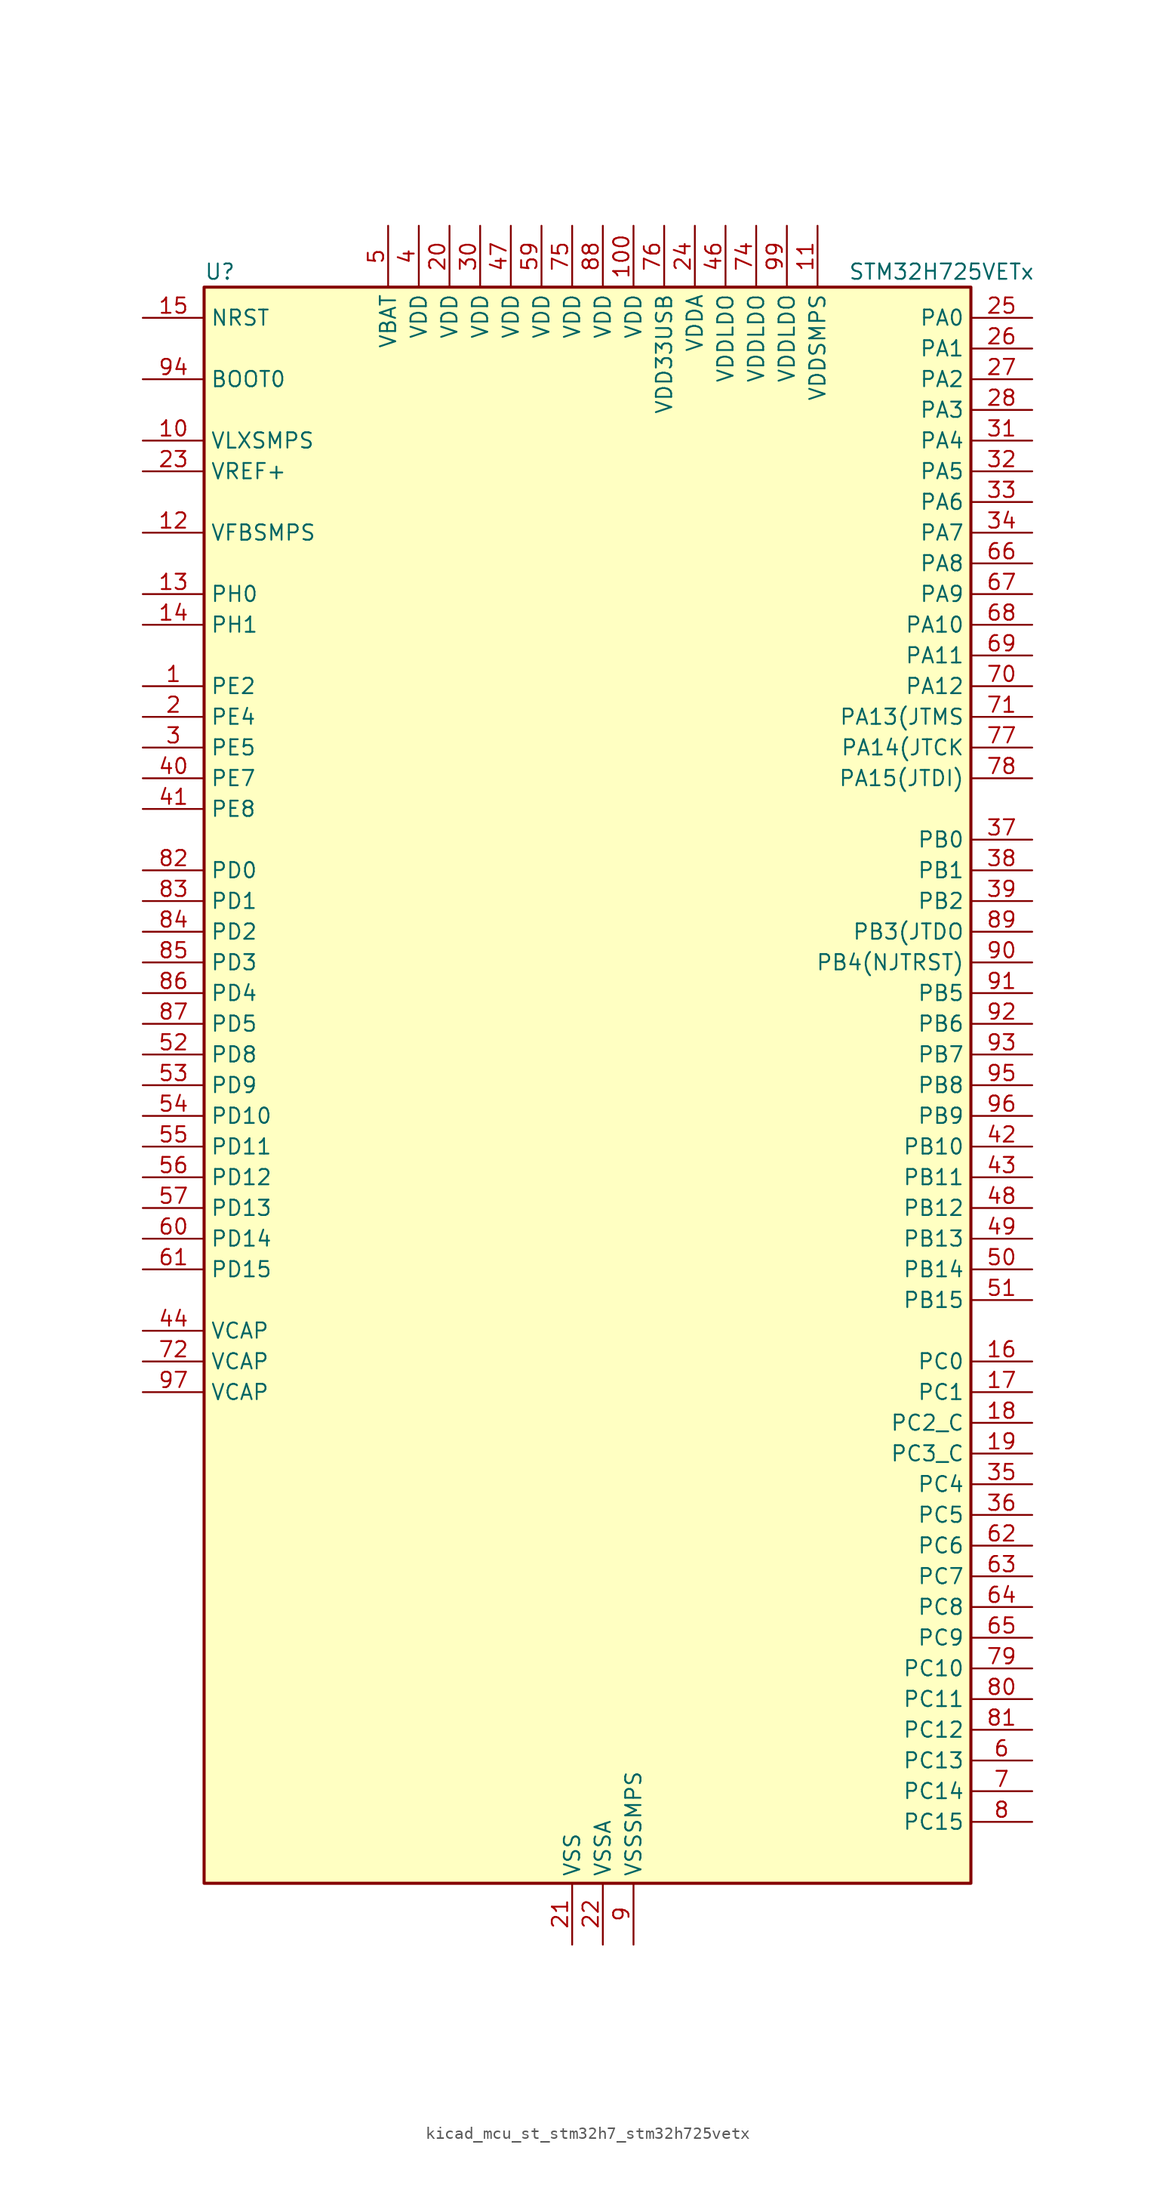
<source format=kicad_sym>
(kicad_symbol_lib
  (version 20220914)
  (generator kicad_symbol_editor)
  (symbol "kicad_mcu_st_stm32h7_stm32h725vetx"
    (property "Reference" "U"
      (at -30.48 67.31 0)
      (effects (font (size 1.27 1.27)) (justify left)))
    (property "Value" "STM32H725VETx"
      (at 22.86 67.31 0)
      (effects (font (size 1.27 1.27)) (justify left)))
    (property "ki_locked" ""
      (at 0 0 0)
      (effects (font (size 1.27 1.27))))
    (symbol "kicad_mcu_st_stm32h7_stm32h725vetx_0_1"
      (rectangle (start -30.48 -66.04) (end 33.02 66.04) (stroke (width 0.254) (type default)) (fill (type background))))
    (symbol "kicad_mcu_st_stm32h7_stm32h725vetx_1_1"
      (pin bidirectional line (at -35.56 33.02 0) (length 5.08) (name "PE2" (effects (font (size 1.27 1.27)))) (number "1" (effects (font (size 1.27 1.27)))) (alternate "DEBUG_TRACECLK" bidirectional line) (alternate "ETH_TXD3" bidirectional line) (alternate "FMC_A23" bidirectional line) (alternate "OCTOSPIM_P1_IO2" bidirectional line) (alternate "SAI1_CK1" bidirectional line) (alternate "SAI1_MCLK_A" bidirectional line) (alternate "SAI4_CK1" bidirectional line) (alternate "SAI4_MCLK_A" bidirectional line) (alternate "SPI4_SCK" bidirectional line))
      (pin power_in line (at -35.56 53.34 0) (length 5.08) (name "VLXSMPS" (effects (font (size 1.27 1.27)))) (number "10" (effects (font (size 1.27 1.27)))))
      (pin power_in line (at 5.08 71.12 270) (length 5.08) (name "VDD" (effects (font (size 1.27 1.27)))) (number "100" (effects (font (size 1.27 1.27)))))
      (pin power_in line (at 20.32 71.12 270) (length 5.08) (name "VDDSMPS" (effects (font (size 1.27 1.27)))) (number "11" (effects (font (size 1.27 1.27)))))
      (pin input line (at -35.56 45.72 0) (length 5.08) (name "VFBSMPS" (effects (font (size 1.27 1.27)))) (number "12" (effects (font (size 1.27 1.27)))))
      (pin bidirectional line (at -35.56 40.64 0) (length 5.08) (name "PH0" (effects (font (size 1.27 1.27)))) (number "13" (effects (font (size 1.27 1.27)))) (alternate "RCC_OSC_IN" bidirectional line))
      (pin bidirectional line (at -35.56 38.1 0) (length 5.08) (name "PH1" (effects (font (size 1.27 1.27)))) (number "14" (effects (font (size 1.27 1.27)))) (alternate "RCC_OSC_OUT" bidirectional line))
      (pin input line (at -35.56 63.5 0) (length 5.08) (name "NRST" (effects (font (size 1.27 1.27)))) (number "15" (effects (font (size 1.27 1.27)))))
      (pin bidirectional line (at 38.1 -22.86 180) (length 5.08) (name "PC0" (effects (font (size 1.27 1.27)))) (number "16" (effects (font (size 1.27 1.27)))) (alternate "ADC1_INP10" bidirectional line) (alternate "ADC2_INP10" bidirectional line) (alternate "ADC3_INP10" bidirectional line) (alternate "DFSDM1_CKIN0" bidirectional line) (alternate "DFSDM1_DATIN4" bidirectional line) (alternate "FMC_A25" bidirectional line) (alternate "FMC_D12" bidirectional line) (alternate "FMC_DA12" bidirectional line) (alternate "FMC_SDNWE" bidirectional line) (alternate "LTDC_G2" bidirectional line) (alternate "LTDC_R5" bidirectional line) (alternate "SAI4_FS_B" bidirectional line) (alternate "USB_OTG_HS_ULPI_STP" bidirectional line))
      (pin bidirectional line (at 38.1 -25.4 180) (length 5.08) (name "PC1" (effects (font (size 1.27 1.27)))) (number "17" (effects (font (size 1.27 1.27)))) (alternate "ADC1_INN10" bidirectional line) (alternate "ADC1_INP11" bidirectional line) (alternate "ADC2_INN10" bidirectional line) (alternate "ADC2_INP11" bidirectional line) (alternate "ADC3_INN10" bidirectional line) (alternate "ADC3_INP11" bidirectional line) (alternate "DEBUG_TRACED0" bidirectional line) (alternate "DFSDM1_CKIN4" bidirectional line) (alternate "DFSDM1_DATIN0" bidirectional line) (alternate "ETH_MDC" bidirectional line) (alternate "I2S2_SDO" bidirectional line) (alternate "LTDC_G5" bidirectional line) (alternate "MDIOS_MDC" bidirectional line) (alternate "OCTOSPIM_P1_IO4" bidirectional line) (alternate "PWR_WKUP6" bidirectional line) (alternate "RTC_TAMP3" bidirectional line) (alternate "SAI1_D1" bidirectional line) (alternate "SAI1_SD_A" bidirectional line) (alternate "SAI4_D1" bidirectional line) (alternate "SAI4_SD_A" bidirectional line) (alternate "SDMMC2_CK" bidirectional line) (alternate "SPI2_MOSI" bidirectional line))
      (pin bidirectional line (at 38.1 -27.94 180) (length 5.08) (name "PC2_C" (effects (font (size 1.27 1.27)))) (number "18" (effects (font (size 1.27 1.27)))) (alternate "ADC3_INN1" bidirectional line) (alternate "ADC3_INP0" bidirectional line) (alternate "DFSDM1_CKIN1" bidirectional line) (alternate "DFSDM1_CKOUT" bidirectional line) (alternate "ETH_TXD2" bidirectional line) (alternate "FMC_SDNE0" bidirectional line) (alternate "I2S2_SDI" bidirectional line) (alternate "OCTOSPIM_P1_IO2" bidirectional line) (alternate "OCTOSPIM_P1_IO5" bidirectional line) (alternate "PWR_CSTOP" bidirectional line) (alternate "SPI2_MISO" bidirectional line) (alternate "USB_OTG_HS_ULPI_DIR" bidirectional line))
      (pin bidirectional line (at 38.1 -30.48 180) (length 5.08) (name "PC3_C" (effects (font (size 1.27 1.27)))) (number "19" (effects (font (size 1.27 1.27)))) (alternate "ADC3_INP1" bidirectional line) (alternate "DFSDM1_DATIN1" bidirectional line) (alternate "ETH_TX_CLK" bidirectional line) (alternate "FMC_SDCKE0" bidirectional line) (alternate "I2S2_SDO" bidirectional line) (alternate "OCTOSPIM_P1_IO0" bidirectional line) (alternate "OCTOSPIM_P1_IO6" bidirectional line) (alternate "PWR_CSLEEP" bidirectional line) (alternate "SPI2_MOSI" bidirectional line) (alternate "USB_OTG_HS_ULPI_NXT" bidirectional line))
      (pin bidirectional line (at -35.56 30.48 0) (length 5.08) (name "PE4" (effects (font (size 1.27 1.27)))) (number "2" (effects (font (size 1.27 1.27)))) (alternate "DCMI_D4" bidirectional line) (alternate "DEBUG_TRACED1" bidirectional line) (alternate "DFSDM1_DATIN3" bidirectional line) (alternate "FMC_A20" bidirectional line) (alternate "LTDC_B0" bidirectional line) (alternate "PSSI_D4" bidirectional line) (alternate "SAI1_D2" bidirectional line) (alternate "SAI1_FS_A" bidirectional line) (alternate "SAI4_D2" bidirectional line) (alternate "SAI4_FS_A" bidirectional line) (alternate "SPI4_NSS" bidirectional line) (alternate "TIM15_CH1N" bidirectional line))
      (pin power_in line (at -10.16 71.12 270) (length 5.08) (name "VDD" (effects (font (size 1.27 1.27)))) (number "20" (effects (font (size 1.27 1.27)))))
      (pin power_in line (at 0 -71.12 90) (length 5.08) (name "VSS" (effects (font (size 1.27 1.27)))) (number "21" (effects (font (size 1.27 1.27)))))
      (pin power_in line (at 2.54 -71.12 90) (length 5.08) (name "VSSA" (effects (font (size 1.27 1.27)))) (number "22" (effects (font (size 1.27 1.27)))))
      (pin input line (at -35.56 50.8 0) (length 5.08) (name "VREF+" (effects (font (size 1.27 1.27)))) (number "23" (effects (font (size 1.27 1.27)))) (alternate "VREFBUF_OUT" bidirectional line))
      (pin power_in line (at 10.16 71.12 270) (length 5.08) (name "VDDA" (effects (font (size 1.27 1.27)))) (number "24" (effects (font (size 1.27 1.27)))))
      (pin bidirectional line (at 38.1 63.5 180) (length 5.08) (name "PA0" (effects (font (size 1.27 1.27)))) (number "25" (effects (font (size 1.27 1.27)))) (alternate "ADC1_INP16" bidirectional line) (alternate "ETH_CRS" bidirectional line) (alternate "FMC_A19" bidirectional line) (alternate "I2S6_WS" bidirectional line) (alternate "PWR_WKUP1" bidirectional line) (alternate "SAI4_SD_B" bidirectional line) (alternate "SDMMC2_CMD" bidirectional line) (alternate "SPI6_NSS" bidirectional line) (alternate "TIM15_BKIN" bidirectional line) (alternate "TIM2_CH1" bidirectional line) (alternate "TIM2_ETR" bidirectional line) (alternate "TIM5_CH1" bidirectional line) (alternate "TIM8_ETR" bidirectional line) (alternate "UART4_TX" bidirectional line) (alternate "USART2_CTS" bidirectional line) (alternate "USART2_NSS" bidirectional line))
      (pin bidirectional line (at 38.1 60.96 180) (length 5.08) (name "PA1" (effects (font (size 1.27 1.27)))) (number "26" (effects (font (size 1.27 1.27)))) (alternate "ADC1_INN16" bidirectional line) (alternate "ADC1_INP17" bidirectional line) (alternate "ETH_REF_CLK" bidirectional line) (alternate "ETH_RX_CLK" bidirectional line) (alternate "LPTIM3_OUT" bidirectional line) (alternate "LTDC_R2" bidirectional line) (alternate "OCTOSPIM_P1_DQS" bidirectional line) (alternate "OCTOSPIM_P1_IO3" bidirectional line) (alternate "SAI4_MCLK_B" bidirectional line) (alternate "TIM15_CH1N" bidirectional line) (alternate "TIM2_CH2" bidirectional line) (alternate "TIM5_CH2" bidirectional line) (alternate "UART4_RX" bidirectional line) (alternate "USART2_DE" bidirectional line) (alternate "USART2_RTS" bidirectional line))
      (pin bidirectional line (at 38.1 58.42 180) (length 5.08) (name "PA2" (effects (font (size 1.27 1.27)))) (number "27" (effects (font (size 1.27 1.27)))) (alternate "ADC1_INP14" bidirectional line) (alternate "ADC2_INP14" bidirectional line) (alternate "ETH_MDIO" bidirectional line) (alternate "LPTIM4_OUT" bidirectional line) (alternate "LTDC_R1" bidirectional line) (alternate "MDIOS_MDIO" bidirectional line) (alternate "OCTOSPIM_P1_IO0" bidirectional line) (alternate "PWR_WKUP2" bidirectional line) (alternate "SAI4_SCK_B" bidirectional line) (alternate "TIM15_CH1" bidirectional line) (alternate "TIM2_CH3" bidirectional line) (alternate "TIM5_CH3" bidirectional line) (alternate "USART2_TX" bidirectional line))
      (pin bidirectional line (at 38.1 55.88 180) (length 5.08) (name "PA3" (effects (font (size 1.27 1.27)))) (number "28" (effects (font (size 1.27 1.27)))) (alternate "ADC1_INP15" bidirectional line) (alternate "ADC2_INP15" bidirectional line) (alternate "ETH_COL" bidirectional line) (alternate "I2S6_MCK" bidirectional line) (alternate "LPTIM5_OUT" bidirectional line) (alternate "LTDC_B2" bidirectional line) (alternate "LTDC_B5" bidirectional line) (alternate "OCTOSPIM_P1_CLK" bidirectional line) (alternate "OCTOSPIM_P1_IO2" bidirectional line) (alternate "TIM15_CH2" bidirectional line) (alternate "TIM2_CH4" bidirectional line) (alternate "TIM5_CH4" bidirectional line) (alternate "USART2_RX" bidirectional line) (alternate "USB_OTG_HS_ULPI_D0" bidirectional line))
      (pin passive line (at 0 -71.12 90) (length 5.08) hide (name "VSS" (effects (font (size 1.27 1.27)))) (number "29" (effects (font (size 1.27 1.27)))))
      (pin bidirectional line (at -35.56 27.94 0) (length 5.08) (name "PE5" (effects (font (size 1.27 1.27)))) (number "3" (effects (font (size 1.27 1.27)))) (alternate "DCMI_D6" bidirectional line) (alternate "DEBUG_TRACED2" bidirectional line) (alternate "DFSDM1_CKIN3" bidirectional line) (alternate "FMC_A21" bidirectional line) (alternate "LTDC_G0" bidirectional line) (alternate "PSSI_D6" bidirectional line) (alternate "SAI1_CK2" bidirectional line) (alternate "SAI1_SCK_A" bidirectional line) (alternate "SAI4_CK2" bidirectional line) (alternate "SAI4_SCK_A" bidirectional line) (alternate "SPI4_MISO" bidirectional line) (alternate "TIM15_CH1" bidirectional line))
      (pin power_in line (at -7.62 71.12 270) (length 5.08) (name "VDD" (effects (font (size 1.27 1.27)))) (number "30" (effects (font (size 1.27 1.27)))))
      (pin bidirectional line (at 38.1 53.34 180) (length 5.08) (name "PA4" (effects (font (size 1.27 1.27)))) (number "31" (effects (font (size 1.27 1.27)))) (alternate "ADC1_INP18" bidirectional line) (alternate "ADC2_INP18" bidirectional line) (alternate "DAC1_OUT1" bidirectional line) (alternate "DCMI_HSYNC" bidirectional line) (alternate "FMC_D8" bidirectional line) (alternate "FMC_DA8" bidirectional line) (alternate "I2S1_WS" bidirectional line) (alternate "I2S3_WS" bidirectional line) (alternate "I2S6_WS" bidirectional line) (alternate "LTDC_VSYNC" bidirectional line) (alternate "PSSI_DE" bidirectional line) (alternate "SPI1_NSS" bidirectional line) (alternate "SPI3_NSS" bidirectional line) (alternate "SPI6_NSS" bidirectional line) (alternate "TIM5_ETR" bidirectional line) (alternate "USART2_CK" bidirectional line))
      (pin bidirectional line (at 38.1 50.8 180) (length 5.08) (name "PA5" (effects (font (size 1.27 1.27)))) (number "32" (effects (font (size 1.27 1.27)))) (alternate "ADC1_INN18" bidirectional line) (alternate "ADC1_INP19" bidirectional line) (alternate "ADC2_INN18" bidirectional line) (alternate "ADC2_INP19" bidirectional line) (alternate "DAC1_OUT2" bidirectional line) (alternate "FMC_D9" bidirectional line) (alternate "FMC_DA9" bidirectional line) (alternate "I2S1_CK" bidirectional line) (alternate "I2S6_CK" bidirectional line) (alternate "LTDC_R4" bidirectional line) (alternate "PSSI_D14" bidirectional line) (alternate "PWR_NDSTOP2" bidirectional line) (alternate "SPI1_SCK" bidirectional line) (alternate "SPI6_SCK" bidirectional line) (alternate "TIM2_CH1" bidirectional line) (alternate "TIM2_ETR" bidirectional line) (alternate "TIM8_CH1N" bidirectional line) (alternate "USB_OTG_HS_ULPI_CK" bidirectional line))
      (pin bidirectional line (at 38.1 48.26 180) (length 5.08) (name "PA6" (effects (font (size 1.27 1.27)))) (number "33" (effects (font (size 1.27 1.27)))) (alternate "ADC1_INP3" bidirectional line) (alternate "ADC2_INP3" bidirectional line) (alternate "DCMI_PIXCLK" bidirectional line) (alternate "I2S1_SDI" bidirectional line) (alternate "I2S6_SDI" bidirectional line) (alternate "LTDC_G2" bidirectional line) (alternate "MDIOS_MDC" bidirectional line) (alternate "OCTOSPIM_P1_IO3" bidirectional line) (alternate "PSSI_PDCK" bidirectional line) (alternate "SPI1_MISO" bidirectional line) (alternate "SPI6_MISO" bidirectional line) (alternate "TIM13_CH1" bidirectional line) (alternate "TIM1_BKIN" bidirectional line) (alternate "TIM1_BKIN_COMP1" bidirectional line) (alternate "TIM1_BKIN_COMP2" bidirectional line) (alternate "TIM3_CH1" bidirectional line) (alternate "TIM8_BKIN" bidirectional line) (alternate "TIM8_BKIN_COMP1" bidirectional line) (alternate "TIM8_BKIN_COMP2" bidirectional line))
      (pin bidirectional line (at 38.1 45.72 180) (length 5.08) (name "PA7" (effects (font (size 1.27 1.27)))) (number "34" (effects (font (size 1.27 1.27)))) (alternate "ADC1_INN3" bidirectional line) (alternate "ADC1_INP7" bidirectional line) (alternate "ADC2_INN3" bidirectional line) (alternate "ADC2_INP7" bidirectional line) (alternate "ETH_CRS_DV" bidirectional line) (alternate "ETH_RX_DV" bidirectional line) (alternate "FMC_SDNWE" bidirectional line) (alternate "I2S1_SDO" bidirectional line) (alternate "I2S6_SDO" bidirectional line) (alternate "LTDC_VSYNC" bidirectional line) (alternate "OCTOSPIM_P1_IO2" bidirectional line) (alternate "OPAMP1_VINM" bidirectional line) (alternate "SPI1_MOSI" bidirectional line) (alternate "SPI6_MOSI" bidirectional line) (alternate "TIM14_CH1" bidirectional line) (alternate "TIM1_CH1N" bidirectional line) (alternate "TIM3_CH2" bidirectional line) (alternate "TIM8_CH1N" bidirectional line))
      (pin bidirectional line (at 38.1 -33.02 180) (length 5.08) (name "PC4" (effects (font (size 1.27 1.27)))) (number "35" (effects (font (size 1.27 1.27)))) (alternate "ADC1_INP4" bidirectional line) (alternate "ADC2_INP4" bidirectional line) (alternate "COMP1_INM" bidirectional line) (alternate "DFSDM1_CKIN2" bidirectional line) (alternate "ETH_RXD0" bidirectional line) (alternate "FMC_A22" bidirectional line) (alternate "FMC_SDNE0" bidirectional line) (alternate "I2S1_MCK" bidirectional line) (alternate "LTDC_R7" bidirectional line) (alternate "OPAMP1_VOUT" bidirectional line) (alternate "SDMMC2_CKIN" bidirectional line) (alternate "SPDIFRX1_IN2" bidirectional line))
      (pin bidirectional line (at 38.1 -35.56 180) (length 5.08) (name "PC5" (effects (font (size 1.27 1.27)))) (number "36" (effects (font (size 1.27 1.27)))) (alternate "ADC1_INN4" bidirectional line) (alternate "ADC1_INP8" bidirectional line) (alternate "ADC2_INN4" bidirectional line) (alternate "ADC2_INP8" bidirectional line) (alternate "COMP1_OUT" bidirectional line) (alternate "DFSDM1_DATIN2" bidirectional line) (alternate "ETH_RXD1" bidirectional line) (alternate "FMC_SDCKE0" bidirectional line) (alternate "LTDC_DE" bidirectional line) (alternate "OCTOSPIM_P1_DQS" bidirectional line) (alternate "OPAMP1_VINM" bidirectional line) (alternate "PSSI_D15" bidirectional line) (alternate "SAI1_D3" bidirectional line) (alternate "SAI4_D3" bidirectional line) (alternate "SPDIFRX1_IN3" bidirectional line))
      (pin bidirectional line (at 38.1 20.32 180) (length 5.08) (name "PB0" (effects (font (size 1.27 1.27)))) (number "37" (effects (font (size 1.27 1.27)))) (alternate "ADC1_INN5" bidirectional line) (alternate "ADC1_INP9" bidirectional line) (alternate "ADC2_INN5" bidirectional line) (alternate "ADC2_INP9" bidirectional line) (alternate "COMP1_INP" bidirectional line) (alternate "DFSDM1_CKOUT" bidirectional line) (alternate "ETH_RXD2" bidirectional line) (alternate "LTDC_G1" bidirectional line) (alternate "LTDC_R3" bidirectional line) (alternate "OCTOSPIM_P1_IO1" bidirectional line) (alternate "OPAMP1_VINP" bidirectional line) (alternate "TIM1_CH2N" bidirectional line) (alternate "TIM3_CH3" bidirectional line) (alternate "TIM8_CH2N" bidirectional line) (alternate "UART4_CTS" bidirectional line) (alternate "USB_OTG_HS_ULPI_D1" bidirectional line))
      (pin bidirectional line (at 38.1 17.78 180) (length 5.08) (name "PB1" (effects (font (size 1.27 1.27)))) (number "38" (effects (font (size 1.27 1.27)))) (alternate "ADC1_INP5" bidirectional line) (alternate "ADC2_INP5" bidirectional line) (alternate "COMP1_INM" bidirectional line) (alternate "DFSDM1_DATIN1" bidirectional line) (alternate "ETH_RXD3" bidirectional line) (alternate "LTDC_G0" bidirectional line) (alternate "LTDC_R6" bidirectional line) (alternate "OCTOSPIM_P1_IO0" bidirectional line) (alternate "TIM1_CH3N" bidirectional line) (alternate "TIM3_CH4" bidirectional line) (alternate "TIM8_CH3N" bidirectional line) (alternate "USB_OTG_HS_ULPI_D2" bidirectional line))
      (pin bidirectional line (at 38.1 15.24 180) (length 5.08) (name "PB2" (effects (font (size 1.27 1.27)))) (number "39" (effects (font (size 1.27 1.27)))) (alternate "COMP1_INP" bidirectional line) (alternate "DFSDM1_CKIN1" bidirectional line) (alternate "ETH_TX_ER" bidirectional line) (alternate "I2S3_SDO" bidirectional line) (alternate "OCTOSPIM_P1_CLK" bidirectional line) (alternate "OCTOSPIM_P1_DQS" bidirectional line) (alternate "RTC_OUT_ALARM" bidirectional line) (alternate "RTC_OUT_CALIB" bidirectional line) (alternate "SAI1_D1" bidirectional line) (alternate "SAI1_SD_A" bidirectional line) (alternate "SAI4_D1" bidirectional line) (alternate "SAI4_SD_A" bidirectional line) (alternate "SPI3_MOSI" bidirectional line) (alternate "TIM23_ETR" bidirectional line))
      (pin power_in line (at -12.7 71.12 270) (length 5.08) (name "VDD" (effects (font (size 1.27 1.27)))) (number "4" (effects (font (size 1.27 1.27)))))
      (pin bidirectional line (at -35.56 25.4 0) (length 5.08) (name "PE7" (effects (font (size 1.27 1.27)))) (number "40" (effects (font (size 1.27 1.27)))) (alternate "COMP2_INM" bidirectional line) (alternate "DFSDM1_DATIN2" bidirectional line) (alternate "FMC_D4" bidirectional line) (alternate "FMC_DA4" bidirectional line) (alternate "OCTOSPIM_P1_IO4" bidirectional line) (alternate "OPAMP2_VOUT" bidirectional line) (alternate "TIM1_ETR" bidirectional line) (alternate "UART7_RX" bidirectional line))
      (pin bidirectional line (at -35.56 22.86 0) (length 5.08) (name "PE8" (effects (font (size 1.27 1.27)))) (number "41" (effects (font (size 1.27 1.27)))) (alternate "COMP2_OUT" bidirectional line) (alternate "DFSDM1_CKIN2" bidirectional line) (alternate "FMC_D5" bidirectional line) (alternate "FMC_DA5" bidirectional line) (alternate "OCTOSPIM_P1_IO5" bidirectional line) (alternate "OPAMP2_VINM" bidirectional line) (alternate "TIM1_CH1N" bidirectional line) (alternate "UART7_TX" bidirectional line))
      (pin bidirectional line (at 38.1 -5.08 180) (length 5.08) (name "PB10" (effects (font (size 1.27 1.27)))) (number "42" (effects (font (size 1.27 1.27)))) (alternate "DFSDM1_DATIN7" bidirectional line) (alternate "ETH_RX_ER" bidirectional line) (alternate "I2C2_SCL" bidirectional line) (alternate "I2S2_CK" bidirectional line) (alternate "LPTIM2_IN1" bidirectional line) (alternate "LTDC_G4" bidirectional line) (alternate "OCTOSPIM_P1_NCS" bidirectional line) (alternate "SPI2_SCK" bidirectional line) (alternate "TIM2_CH3" bidirectional line) (alternate "USART3_TX" bidirectional line) (alternate "USB_OTG_HS_ULPI_D3" bidirectional line))
      (pin bidirectional line (at 38.1 -7.62 180) (length 5.08) (name "PB11" (effects (font (size 1.27 1.27)))) (number "43" (effects (font (size 1.27 1.27)))) (alternate "ADC1_EXTI11" bidirectional line) (alternate "ADC2_EXTI11" bidirectional line) (alternate "ADC3_EXTI11" bidirectional line) (alternate "DFSDM1_CKIN7" bidirectional line) (alternate "ETH_TX_EN" bidirectional line) (alternate "I2C2_SDA" bidirectional line) (alternate "LPTIM2_ETR" bidirectional line) (alternate "LTDC_G5" bidirectional line) (alternate "TIM2_CH4" bidirectional line) (alternate "USART3_RX" bidirectional line) (alternate "USB_OTG_HS_ULPI_D4" bidirectional line))
      (pin power_out line (at -35.56 -20.32 0) (length 5.08) (name "VCAP" (effects (font (size 1.27 1.27)))) (number "44" (effects (font (size 1.27 1.27)))))
      (pin passive line (at 0 -71.12 90) (length 5.08) hide (name "VSS" (effects (font (size 1.27 1.27)))) (number "45" (effects (font (size 1.27 1.27)))))
      (pin power_in line (at 12.7 71.12 270) (length 5.08) (name "VDDLDO" (effects (font (size 1.27 1.27)))) (number "46" (effects (font (size 1.27 1.27)))))
      (pin power_in line (at -5.08 71.12 270) (length 5.08) (name "VDD" (effects (font (size 1.27 1.27)))) (number "47" (effects (font (size 1.27 1.27)))))
      (pin bidirectional line (at 38.1 -10.16 180) (length 5.08) (name "PB12" (effects (font (size 1.27 1.27)))) (number "48" (effects (font (size 1.27 1.27)))) (alternate "DFSDM1_DATIN1" bidirectional line) (alternate "ETH_TXD0" bidirectional line) (alternate "FDCAN2_RX" bidirectional line) (alternate "I2C2_SMBA" bidirectional line) (alternate "I2S2_WS" bidirectional line) (alternate "OCTOSPIM_P1_IO0" bidirectional line) (alternate "OCTOSPIM_P1_NCLK" bidirectional line) (alternate "SPI2_NSS" bidirectional line) (alternate "TIM1_BKIN" bidirectional line) (alternate "TIM1_BKIN_COMP1" bidirectional line) (alternate "TIM1_BKIN_COMP2" bidirectional line) (alternate "UART5_RX" bidirectional line) (alternate "USART3_CK" bidirectional line) (alternate "USB_OTG_HS_ULPI_D5" bidirectional line))
      (pin bidirectional line (at 38.1 -12.7 180) (length 5.08) (name "PB13" (effects (font (size 1.27 1.27)))) (number "49" (effects (font (size 1.27 1.27)))) (alternate "DCMI_D2" bidirectional line) (alternate "DFSDM1_CKIN1" bidirectional line) (alternate "ETH_TXD1" bidirectional line) (alternate "FDCAN2_TX" bidirectional line) (alternate "I2S2_CK" bidirectional line) (alternate "LPTIM2_OUT" bidirectional line) (alternate "OCTOSPIM_P1_IO2" bidirectional line) (alternate "PSSI_D2" bidirectional line) (alternate "SDMMC1_D0" bidirectional line) (alternate "SPI2_SCK" bidirectional line) (alternate "TIM1_CH1N" bidirectional line) (alternate "UART5_TX" bidirectional line) (alternate "USART3_CTS" bidirectional line) (alternate "USART3_NSS" bidirectional line) (alternate "USB_OTG_HS_ULPI_D6" bidirectional line))
      (pin power_in line (at -15.24 71.12 270) (length 5.08) (name "VBAT" (effects (font (size 1.27 1.27)))) (number "5" (effects (font (size 1.27 1.27)))))
      (pin bidirectional line (at 38.1 -15.24 180) (length 5.08) (name "PB14" (effects (font (size 1.27 1.27)))) (number "50" (effects (font (size 1.27 1.27)))) (alternate "DFSDM1_DATIN2" bidirectional line) (alternate "FMC_D10" bidirectional line) (alternate "FMC_DA10" bidirectional line) (alternate "I2S2_SDI" bidirectional line) (alternate "LTDC_CLK" bidirectional line) (alternate "SDMMC2_D0" bidirectional line) (alternate "SPI2_MISO" bidirectional line) (alternate "TIM12_CH1" bidirectional line) (alternate "TIM1_CH2N" bidirectional line) (alternate "TIM8_CH2N" bidirectional line) (alternate "UART4_DE" bidirectional line) (alternate "UART4_RTS" bidirectional line) (alternate "USART1_TX" bidirectional line) (alternate "USART3_DE" bidirectional line) (alternate "USART3_RTS" bidirectional line))
      (pin bidirectional line (at 38.1 -17.78 180) (length 5.08) (name "PB15" (effects (font (size 1.27 1.27)))) (number "51" (effects (font (size 1.27 1.27)))) (alternate "ADC1_EXTI15" bidirectional line) (alternate "ADC2_EXTI15" bidirectional line) (alternate "ADC3_EXTI15" bidirectional line) (alternate "DFSDM1_CKIN2" bidirectional line) (alternate "FMC_D11" bidirectional line) (alternate "FMC_DA11" bidirectional line) (alternate "I2S2_SDO" bidirectional line) (alternate "LTDC_G7" bidirectional line) (alternate "RTC_REFIN" bidirectional line) (alternate "SDMMC2_D1" bidirectional line) (alternate "SPI2_MOSI" bidirectional line) (alternate "TIM12_CH2" bidirectional line) (alternate "TIM1_CH3N" bidirectional line) (alternate "TIM8_CH3N" bidirectional line) (alternate "UART4_CTS" bidirectional line) (alternate "USART1_RX" bidirectional line))
      (pin bidirectional line (at -35.56 2.54 0) (length 5.08) (name "PD8" (effects (font (size 1.27 1.27)))) (number "52" (effects (font (size 1.27 1.27)))) (alternate "DFSDM1_CKIN3" bidirectional line) (alternate "FMC_D13" bidirectional line) (alternate "FMC_DA13" bidirectional line) (alternate "SPDIFRX1_IN1" bidirectional line) (alternate "USART3_TX" bidirectional line))
      (pin bidirectional line (at -35.56 0 0) (length 5.08) (name "PD9" (effects (font (size 1.27 1.27)))) (number "53" (effects (font (size 1.27 1.27)))) (alternate "DAC1_EXTI9" bidirectional line) (alternate "DFSDM1_DATIN3" bidirectional line) (alternate "FMC_D14" bidirectional line) (alternate "FMC_DA14" bidirectional line) (alternate "USART3_RX" bidirectional line))
      (pin bidirectional line (at -35.56 -2.54 0) (length 5.08) (name "PD10" (effects (font (size 1.27 1.27)))) (number "54" (effects (font (size 1.27 1.27)))) (alternate "DFSDM1_CKOUT" bidirectional line) (alternate "FMC_D15" bidirectional line) (alternate "FMC_DA15" bidirectional line) (alternate "LTDC_B3" bidirectional line) (alternate "USART3_CK" bidirectional line))
      (pin bidirectional line (at -35.56 -5.08 0) (length 5.08) (name "PD11" (effects (font (size 1.27 1.27)))) (number "55" (effects (font (size 1.27 1.27)))) (alternate "ADC1_EXTI11" bidirectional line) (alternate "ADC2_EXTI11" bidirectional line) (alternate "ADC3_EXTI11" bidirectional line) (alternate "FMC_A16" bidirectional line) (alternate "FMC_CLE" bidirectional line) (alternate "I2C4_SMBA" bidirectional line) (alternate "LPTIM2_IN2" bidirectional line) (alternate "OCTOSPIM_P1_IO0" bidirectional line) (alternate "SAI4_SD_A" bidirectional line) (alternate "USART3_CTS" bidirectional line) (alternate "USART3_NSS" bidirectional line))
      (pin bidirectional line (at -35.56 -7.62 0) (length 5.08) (name "PD12" (effects (font (size 1.27 1.27)))) (number "56" (effects (font (size 1.27 1.27)))) (alternate "DCMI_D12" bidirectional line) (alternate "FDCAN3_RX" bidirectional line) (alternate "FMC_A17" bidirectional line) (alternate "FMC_ALE" bidirectional line) (alternate "I2C4_SCL" bidirectional line) (alternate "LPTIM1_IN1" bidirectional line) (alternate "LPTIM2_IN1" bidirectional line) (alternate "OCTOSPIM_P1_IO1" bidirectional line) (alternate "PSSI_D12" bidirectional line) (alternate "SAI4_FS_A" bidirectional line) (alternate "TIM4_CH1" bidirectional line) (alternate "USART3_DE" bidirectional line) (alternate "USART3_RTS" bidirectional line))
      (pin bidirectional line (at -35.56 -10.16 0) (length 5.08) (name "PD13" (effects (font (size 1.27 1.27)))) (number "57" (effects (font (size 1.27 1.27)))) (alternate "DCMI_D13" bidirectional line) (alternate "FDCAN3_TX" bidirectional line) (alternate "FMC_A18" bidirectional line) (alternate "I2C4_SDA" bidirectional line) (alternate "LPTIM1_OUT" bidirectional line) (alternate "OCTOSPIM_P1_IO3" bidirectional line) (alternate "PSSI_D13" bidirectional line) (alternate "SAI4_SCK_A" bidirectional line) (alternate "TIM4_CH2" bidirectional line) (alternate "UART9_DE" bidirectional line) (alternate "UART9_RTS" bidirectional line))
      (pin passive line (at 0 -71.12 90) (length 5.08) hide (name "VSS" (effects (font (size 1.27 1.27)))) (number "58" (effects (font (size 1.27 1.27)))))
      (pin power_in line (at -2.54 71.12 270) (length 5.08) (name "VDD" (effects (font (size 1.27 1.27)))) (number "59" (effects (font (size 1.27 1.27)))))
      (pin bidirectional line (at 38.1 -55.88 180) (length 5.08) (name "PC13" (effects (font (size 1.27 1.27)))) (number "6" (effects (font (size 1.27 1.27)))) (alternate "PWR_WKUP4" bidirectional line) (alternate "RTC_OUT_ALARM" bidirectional line) (alternate "RTC_OUT_CALIB" bidirectional line) (alternate "RTC_TAMP1" bidirectional line) (alternate "RTC_TS" bidirectional line))
      (pin bidirectional line (at -35.56 -12.7 0) (length 5.08) (name "PD14" (effects (font (size 1.27 1.27)))) (number "60" (effects (font (size 1.27 1.27)))) (alternate "FMC_D0" bidirectional line) (alternate "FMC_DA0" bidirectional line) (alternate "TIM4_CH3" bidirectional line) (alternate "UART9_RX" bidirectional line))
      (pin bidirectional line (at -35.56 -15.24 0) (length 5.08) (name "PD15" (effects (font (size 1.27 1.27)))) (number "61" (effects (font (size 1.27 1.27)))) (alternate "ADC1_EXTI15" bidirectional line) (alternate "ADC2_EXTI15" bidirectional line) (alternate "ADC3_EXTI15" bidirectional line) (alternate "FMC_D1" bidirectional line) (alternate "FMC_DA1" bidirectional line) (alternate "TIM4_CH4" bidirectional line) (alternate "UART9_TX" bidirectional line))
      (pin bidirectional line (at 38.1 -38.1 180) (length 5.08) (name "PC6" (effects (font (size 1.27 1.27)))) (number "62" (effects (font (size 1.27 1.27)))) (alternate "DCMI_D0" bidirectional line) (alternate "DFSDM1_CKIN3" bidirectional line) (alternate "FMC_NWAIT" bidirectional line) (alternate "I2S2_MCK" bidirectional line) (alternate "LTDC_HSYNC" bidirectional line) (alternate "PSSI_D0" bidirectional line) (alternate "SDMMC1_D0DIR" bidirectional line) (alternate "SDMMC1_D6" bidirectional line) (alternate "SDMMC2_D6" bidirectional line) (alternate "SWPMI1_IO" bidirectional line) (alternate "TIM3_CH1" bidirectional line) (alternate "TIM8_CH1" bidirectional line) (alternate "USART6_TX" bidirectional line))
      (pin bidirectional line (at 38.1 -40.64 180) (length 5.08) (name "PC7" (effects (font (size 1.27 1.27)))) (number "63" (effects (font (size 1.27 1.27)))) (alternate "DCMI_D1" bidirectional line) (alternate "DEBUG_TRGIO" bidirectional line) (alternate "DFSDM1_DATIN3" bidirectional line) (alternate "FMC_NE1" bidirectional line) (alternate "I2S3_MCK" bidirectional line) (alternate "LTDC_G6" bidirectional line) (alternate "PSSI_D1" bidirectional line) (alternate "SDMMC1_D123DIR" bidirectional line) (alternate "SDMMC1_D7" bidirectional line) (alternate "SDMMC2_D7" bidirectional line) (alternate "SWPMI1_TX" bidirectional line) (alternate "TIM3_CH2" bidirectional line) (alternate "TIM8_CH2" bidirectional line) (alternate "USART6_RX" bidirectional line))
      (pin bidirectional line (at 38.1 -43.18 180) (length 5.08) (name "PC8" (effects (font (size 1.27 1.27)))) (number "64" (effects (font (size 1.27 1.27)))) (alternate "DCMI_D2" bidirectional line) (alternate "DEBUG_TRACED1" bidirectional line) (alternate "FMC_INT" bidirectional line) (alternate "FMC_NCE" bidirectional line) (alternate "FMC_NE2" bidirectional line) (alternate "PSSI_D2" bidirectional line) (alternate "SDMMC1_D0" bidirectional line) (alternate "SWPMI1_RX" bidirectional line) (alternate "TIM3_CH3" bidirectional line) (alternate "TIM8_CH3" bidirectional line) (alternate "UART5_DE" bidirectional line) (alternate "UART5_RTS" bidirectional line) (alternate "USART6_CK" bidirectional line))
      (pin bidirectional line (at 38.1 -45.72 180) (length 5.08) (name "PC9" (effects (font (size 1.27 1.27)))) (number "65" (effects (font (size 1.27 1.27)))) (alternate "DAC1_EXTI9" bidirectional line) (alternate "DCMI_D3" bidirectional line) (alternate "I2C3_SDA" bidirectional line) (alternate "I2C5_SDA" bidirectional line) (alternate "I2S_CKIN" bidirectional line) (alternate "LTDC_B2" bidirectional line) (alternate "LTDC_G3" bidirectional line) (alternate "OCTOSPIM_P1_IO0" bidirectional line) (alternate "PSSI_D3" bidirectional line) (alternate "RCC_MCO_2" bidirectional line) (alternate "SDMMC1_D1" bidirectional line) (alternate "SWPMI1_SUSPEND" bidirectional line) (alternate "TIM3_CH4" bidirectional line) (alternate "TIM8_CH4" bidirectional line) (alternate "UART5_CTS" bidirectional line))
      (pin bidirectional line (at 38.1 43.18 180) (length 5.08) (name "PA8" (effects (font (size 1.27 1.27)))) (number "66" (effects (font (size 1.27 1.27)))) (alternate "I2C3_SCL" bidirectional line) (alternate "I2C5_SCL" bidirectional line) (alternate "LTDC_B3" bidirectional line) (alternate "LTDC_R6" bidirectional line) (alternate "RCC_MCO_1" bidirectional line) (alternate "TIM1_CH1" bidirectional line) (alternate "TIM8_BKIN2" bidirectional line) (alternate "TIM8_BKIN2_COMP1" bidirectional line) (alternate "TIM8_BKIN2_COMP2" bidirectional line) (alternate "UART7_RX" bidirectional line) (alternate "USART1_CK" bidirectional line) (alternate "USB_OTG_HS_SOF" bidirectional line))
      (pin bidirectional line (at 38.1 40.64 180) (length 5.08) (name "PA9" (effects (font (size 1.27 1.27)))) (number "67" (effects (font (size 1.27 1.27)))) (alternate "DAC1_EXTI9" bidirectional line) (alternate "DCMI_D0" bidirectional line) (alternate "ETH_TX_ER" bidirectional line) (alternate "I2C3_SMBA" bidirectional line) (alternate "I2C5_SMBA" bidirectional line) (alternate "I2S2_CK" bidirectional line) (alternate "LPUART1_TX" bidirectional line) (alternate "LTDC_R5" bidirectional line) (alternate "PSSI_D0" bidirectional line) (alternate "SPI2_SCK" bidirectional line) (alternate "TIM1_CH2" bidirectional line) (alternate "USART1_TX" bidirectional line) (alternate "USB_OTG_HS_VBUS" bidirectional line))
      (pin bidirectional line (at 38.1 38.1 180) (length 5.08) (name "PA10" (effects (font (size 1.27 1.27)))) (number "68" (effects (font (size 1.27 1.27)))) (alternate "DCMI_D1" bidirectional line) (alternate "LPUART1_RX" bidirectional line) (alternate "LTDC_B1" bidirectional line) (alternate "LTDC_B4" bidirectional line) (alternate "MDIOS_MDIO" bidirectional line) (alternate "PSSI_D1" bidirectional line) (alternate "TIM1_CH3" bidirectional line) (alternate "USART1_RX" bidirectional line) (alternate "USB_OTG_HS_ID" bidirectional line))
      (pin bidirectional line (at 38.1 35.56 180) (length 5.08) (name "PA11" (effects (font (size 1.27 1.27)))) (number "69" (effects (font (size 1.27 1.27)))) (alternate "ADC1_EXTI11" bidirectional line) (alternate "ADC2_EXTI11" bidirectional line) (alternate "ADC3_EXTI11" bidirectional line) (alternate "FDCAN1_RX" bidirectional line) (alternate "I2S2_WS" bidirectional line) (alternate "LPUART1_CTS" bidirectional line) (alternate "LTDC_R4" bidirectional line) (alternate "SPI2_NSS" bidirectional line) (alternate "TIM1_CH4" bidirectional line) (alternate "UART4_RX" bidirectional line) (alternate "USART1_CTS" bidirectional line) (alternate "USART1_NSS" bidirectional line) (alternate "USB_OTG_HS_DM" bidirectional line))
      (pin bidirectional line (at 38.1 -58.42 180) (length 5.08) (name "PC14" (effects (font (size 1.27 1.27)))) (number "7" (effects (font (size 1.27 1.27)))) (alternate "RCC_OSC32_IN" bidirectional line))
      (pin bidirectional line (at 38.1 33.02 180) (length 5.08) (name "PA12" (effects (font (size 1.27 1.27)))) (number "70" (effects (font (size 1.27 1.27)))) (alternate "FDCAN1_TX" bidirectional line) (alternate "I2S2_CK" bidirectional line) (alternate "LPUART1_DE" bidirectional line) (alternate "LPUART1_RTS" bidirectional line) (alternate "LTDC_R5" bidirectional line) (alternate "SAI4_FS_B" bidirectional line) (alternate "SPI2_SCK" bidirectional line) (alternate "TIM1_BKIN2" bidirectional line) (alternate "TIM1_ETR" bidirectional line) (alternate "UART4_TX" bidirectional line) (alternate "USART1_DE" bidirectional line) (alternate "USART1_RTS" bidirectional line) (alternate "USB_OTG_HS_DP" bidirectional line))
      (pin bidirectional line (at 38.1 30.48 180) (length 5.08) (name "PA13(JTMS" (effects (font (size 1.27 1.27)))) (number "71" (effects (font (size 1.27 1.27)))) (alternate "DEBUG_JTMS-SWDIO" bidirectional line))
      (pin power_out line (at -35.56 -22.86 0) (length 5.08) (name "VCAP" (effects (font (size 1.27 1.27)))) (number "72" (effects (font (size 1.27 1.27)))))
      (pin passive line (at 0 -71.12 90) (length 5.08) hide (name "VSS" (effects (font (size 1.27 1.27)))) (number "73" (effects (font (size 1.27 1.27)))))
      (pin power_in line (at 15.24 71.12 270) (length 5.08) (name "VDDLDO" (effects (font (size 1.27 1.27)))) (number "74" (effects (font (size 1.27 1.27)))))
      (pin power_in line (at 0 71.12 270) (length 5.08) (name "VDD" (effects (font (size 1.27 1.27)))) (number "75" (effects (font (size 1.27 1.27)))))
      (pin power_in line (at 7.62 71.12 270) (length 5.08) (name "VDD33USB" (effects (font (size 1.27 1.27)))) (number "76" (effects (font (size 1.27 1.27)))))
      (pin bidirectional line (at 38.1 27.94 180) (length 5.08) (name "PA14(JTCK" (effects (font (size 1.27 1.27)))) (number "77" (effects (font (size 1.27 1.27)))) (alternate "DEBUG_JTCK-SWCLK" bidirectional line))
      (pin bidirectional line (at 38.1 25.4 180) (length 5.08) (name "PA15(JTDI)" (effects (font (size 1.27 1.27)))) (number "78" (effects (font (size 1.27 1.27)))) (alternate "ADC1_EXTI15" bidirectional line) (alternate "ADC2_EXTI15" bidirectional line) (alternate "ADC3_EXTI15" bidirectional line) (alternate "CEC" bidirectional line) (alternate "DEBUG_JTDI" bidirectional line) (alternate "I2S1_WS" bidirectional line) (alternate "I2S3_WS" bidirectional line) (alternate "I2S6_WS" bidirectional line) (alternate "LTDC_B6" bidirectional line) (alternate "LTDC_R3" bidirectional line) (alternate "SPI1_NSS" bidirectional line) (alternate "SPI3_NSS" bidirectional line) (alternate "SPI6_NSS" bidirectional line) (alternate "TIM2_CH1" bidirectional line) (alternate "TIM2_ETR" bidirectional line) (alternate "UART4_DE" bidirectional line) (alternate "UART4_RTS" bidirectional line) (alternate "UART7_TX" bidirectional line))
      (pin bidirectional line (at 38.1 -48.26 180) (length 5.08) (name "PC10" (effects (font (size 1.27 1.27)))) (number "79" (effects (font (size 1.27 1.27)))) (alternate "DCMI_D8" bidirectional line) (alternate "DFSDM1_CKIN5" bidirectional line) (alternate "I2C5_SDA" bidirectional line) (alternate "I2S3_CK" bidirectional line) (alternate "LTDC_B1" bidirectional line) (alternate "LTDC_R2" bidirectional line) (alternate "OCTOSPIM_P1_IO1" bidirectional line) (alternate "PSSI_D8" bidirectional line) (alternate "SDMMC1_D2" bidirectional line) (alternate "SPI3_SCK" bidirectional line) (alternate "SWPMI1_RX" bidirectional line) (alternate "UART4_TX" bidirectional line) (alternate "USART3_TX" bidirectional line))
      (pin bidirectional line (at 38.1 -60.96 180) (length 5.08) (name "PC15" (effects (font (size 1.27 1.27)))) (number "8" (effects (font (size 1.27 1.27)))) (alternate "ADC1_EXTI15" bidirectional line) (alternate "ADC2_EXTI15" bidirectional line) (alternate "ADC3_EXTI15" bidirectional line) (alternate "RCC_OSC32_OUT" bidirectional line))
      (pin bidirectional line (at 38.1 -50.8 180) (length 5.08) (name "PC11" (effects (font (size 1.27 1.27)))) (number "80" (effects (font (size 1.27 1.27)))) (alternate "ADC1_EXTI11" bidirectional line) (alternate "ADC2_EXTI11" bidirectional line) (alternate "ADC3_EXTI11" bidirectional line) (alternate "DCMI_D4" bidirectional line) (alternate "DFSDM1_DATIN5" bidirectional line) (alternate "I2C5_SCL" bidirectional line) (alternate "I2S3_SDI" bidirectional line) (alternate "LTDC_B4" bidirectional line) (alternate "OCTOSPIM_P1_NCS" bidirectional line) (alternate "PSSI_D4" bidirectional line) (alternate "SDMMC1_D3" bidirectional line) (alternate "SPI3_MISO" bidirectional line) (alternate "UART4_RX" bidirectional line) (alternate "USART3_RX" bidirectional line))
      (pin bidirectional line (at 38.1 -53.34 180) (length 5.08) (name "PC12" (effects (font (size 1.27 1.27)))) (number "81" (effects (font (size 1.27 1.27)))) (alternate "DCMI_D9" bidirectional line) (alternate "DEBUG_TRACED3" bidirectional line) (alternate "FMC_D6" bidirectional line) (alternate "FMC_DA6" bidirectional line) (alternate "I2C5_SMBA" bidirectional line) (alternate "I2S3_SDO" bidirectional line) (alternate "I2S6_CK" bidirectional line) (alternate "LTDC_R6" bidirectional line) (alternate "PSSI_D9" bidirectional line) (alternate "SDMMC1_CK" bidirectional line) (alternate "SPI3_MOSI" bidirectional line) (alternate "SPI6_SCK" bidirectional line) (alternate "TIM15_CH1" bidirectional line) (alternate "UART5_TX" bidirectional line) (alternate "USART3_CK" bidirectional line))
      (pin bidirectional line (at -35.56 17.78 0) (length 5.08) (name "PD0" (effects (font (size 1.27 1.27)))) (number "82" (effects (font (size 1.27 1.27)))) (alternate "DFSDM1_CKIN6" bidirectional line) (alternate "FDCAN1_RX" bidirectional line) (alternate "FMC_D2" bidirectional line) (alternate "FMC_DA2" bidirectional line) (alternate "LTDC_B1" bidirectional line) (alternate "UART4_RX" bidirectional line) (alternate "UART9_CTS" bidirectional line))
      (pin bidirectional line (at -35.56 15.24 0) (length 5.08) (name "PD1" (effects (font (size 1.27 1.27)))) (number "83" (effects (font (size 1.27 1.27)))) (alternate "DFSDM1_DATIN6" bidirectional line) (alternate "FDCAN1_TX" bidirectional line) (alternate "FMC_D3" bidirectional line) (alternate "FMC_DA3" bidirectional line) (alternate "UART4_TX" bidirectional line))
      (pin bidirectional line (at -35.56 12.7 0) (length 5.08) (name "PD2" (effects (font (size 1.27 1.27)))) (number "84" (effects (font (size 1.27 1.27)))) (alternate "DCMI_D11" bidirectional line) (alternate "DEBUG_TRACED2" bidirectional line) (alternate "FMC_D7" bidirectional line) (alternate "FMC_DA7" bidirectional line) (alternate "LTDC_B2" bidirectional line) (alternate "LTDC_B7" bidirectional line) (alternate "PSSI_D11" bidirectional line) (alternate "SDMMC1_CMD" bidirectional line) (alternate "TIM15_BKIN" bidirectional line) (alternate "TIM3_ETR" bidirectional line) (alternate "UART5_RX" bidirectional line))
      (pin bidirectional line (at -35.56 10.16 0) (length 5.08) (name "PD3" (effects (font (size 1.27 1.27)))) (number "85" (effects (font (size 1.27 1.27)))) (alternate "DCMI_D5" bidirectional line) (alternate "DFSDM1_CKOUT" bidirectional line) (alternate "FMC_CLK" bidirectional line) (alternate "I2S2_CK" bidirectional line) (alternate "LTDC_G7" bidirectional line) (alternate "PSSI_D5" bidirectional line) (alternate "SPI2_SCK" bidirectional line) (alternate "USART2_CTS" bidirectional line) (alternate "USART2_NSS" bidirectional line))
      (pin bidirectional line (at -35.56 7.62 0) (length 5.08) (name "PD4" (effects (font (size 1.27 1.27)))) (number "86" (effects (font (size 1.27 1.27)))) (alternate "FMC_NOE" bidirectional line) (alternate "OCTOSPIM_P1_IO4" bidirectional line) (alternate "USART2_DE" bidirectional line) (alternate "USART2_RTS" bidirectional line))
      (pin bidirectional line (at -35.56 5.08 0) (length 5.08) (name "PD5" (effects (font (size 1.27 1.27)))) (number "87" (effects (font (size 1.27 1.27)))) (alternate "FMC_NWE" bidirectional line) (alternate "OCTOSPIM_P1_IO5" bidirectional line) (alternate "USART2_TX" bidirectional line))
      (pin power_in line (at 2.54 71.12 270) (length 5.08) (name "VDD" (effects (font (size 1.27 1.27)))) (number "88" (effects (font (size 1.27 1.27)))))
      (pin bidirectional line (at 38.1 12.7 180) (length 5.08) (name "PB3(JTDO" (effects (font (size 1.27 1.27)))) (number "89" (effects (font (size 1.27 1.27)))) (alternate "CRS_SYNC" bidirectional line) (alternate "DEBUG_JTDO-SWO" bidirectional line) (alternate "I2S1_CK" bidirectional line) (alternate "I2S3_CK" bidirectional line) (alternate "I2S6_CK" bidirectional line) (alternate "SDMMC2_D2" bidirectional line) (alternate "SPI1_SCK" bidirectional line) (alternate "SPI3_SCK" bidirectional line) (alternate "SPI6_SCK" bidirectional line) (alternate "TIM24_ETR" bidirectional line) (alternate "TIM2_CH2" bidirectional line) (alternate "UART7_RX" bidirectional line))
      (pin power_in line (at 5.08 -71.12 90) (length 5.08) (name "VSSSMPS" (effects (font (size 1.27 1.27)))) (number "9" (effects (font (size 1.27 1.27)))))
      (pin bidirectional line (at 38.1 10.16 180) (length 5.08) (name "PB4(NJTRST)" (effects (font (size 1.27 1.27)))) (number "90" (effects (font (size 1.27 1.27)))) (alternate "DEBUG_JTRST" bidirectional line) (alternate "I2S1_SDI" bidirectional line) (alternate "I2S2_WS" bidirectional line) (alternate "I2S3_SDI" bidirectional line) (alternate "I2S6_SDI" bidirectional line) (alternate "SDMMC2_D3" bidirectional line) (alternate "SPI1_MISO" bidirectional line) (alternate "SPI2_NSS" bidirectional line) (alternate "SPI3_MISO" bidirectional line) (alternate "SPI6_MISO" bidirectional line) (alternate "TIM16_BKIN" bidirectional line) (alternate "TIM3_CH1" bidirectional line) (alternate "UART7_TX" bidirectional line))
      (pin bidirectional line (at 38.1 7.62 180) (length 5.08) (name "PB5" (effects (font (size 1.27 1.27)))) (number "91" (effects (font (size 1.27 1.27)))) (alternate "DCMI_D10" bidirectional line) (alternate "ETH_PPS_OUT" bidirectional line) (alternate "FDCAN2_RX" bidirectional line) (alternate "FMC_SDCKE1" bidirectional line) (alternate "I2C1_SMBA" bidirectional line) (alternate "I2C4_SMBA" bidirectional line) (alternate "I2S1_SDO" bidirectional line) (alternate "I2S3_SDO" bidirectional line) (alternate "I2S6_SDO" bidirectional line) (alternate "LTDC_B5" bidirectional line) (alternate "PSSI_D10" bidirectional line) (alternate "SPI1_MOSI" bidirectional line) (alternate "SPI3_MOSI" bidirectional line) (alternate "SPI6_MOSI" bidirectional line) (alternate "TIM17_BKIN" bidirectional line) (alternate "TIM3_CH2" bidirectional line) (alternate "UART5_RX" bidirectional line) (alternate "USB_OTG_HS_ULPI_D7" bidirectional line))
      (pin bidirectional line (at 38.1 5.08 180) (length 5.08) (name "PB6" (effects (font (size 1.27 1.27)))) (number "92" (effects (font (size 1.27 1.27)))) (alternate "CEC" bidirectional line) (alternate "DCMI_D5" bidirectional line) (alternate "DFSDM1_DATIN5" bidirectional line) (alternate "FDCAN2_TX" bidirectional line) (alternate "FMC_SDNE1" bidirectional line) (alternate "I2C1_SCL" bidirectional line) (alternate "I2C4_SCL" bidirectional line) (alternate "LPUART1_TX" bidirectional line) (alternate "OCTOSPIM_P1_NCS" bidirectional line) (alternate "PSSI_D5" bidirectional line) (alternate "TIM16_CH1N" bidirectional line) (alternate "TIM4_CH1" bidirectional line) (alternate "UART5_TX" bidirectional line) (alternate "USART1_TX" bidirectional line))
      (pin bidirectional line (at 38.1 2.54 180) (length 5.08) (name "PB7" (effects (font (size 1.27 1.27)))) (number "93" (effects (font (size 1.27 1.27)))) (alternate "DCMI_VSYNC" bidirectional line) (alternate "DFSDM1_CKIN5" bidirectional line) (alternate "FMC_NL" bidirectional line) (alternate "I2C1_SDA" bidirectional line) (alternate "I2C4_SDA" bidirectional line) (alternate "LPUART1_RX" bidirectional line) (alternate "PSSI_RDY" bidirectional line) (alternate "PWR_PVD_IN" bidirectional line) (alternate "TIM17_CH1N" bidirectional line) (alternate "TIM4_CH2" bidirectional line) (alternate "USART1_RX" bidirectional line))
      (pin input line (at -35.56 58.42 0) (length 5.08) (name "BOOT0" (effects (font (size 1.27 1.27)))) (number "94" (effects (font (size 1.27 1.27)))))
      (pin bidirectional line (at 38.1 0 180) (length 5.08) (name "PB8" (effects (font (size 1.27 1.27)))) (number "95" (effects (font (size 1.27 1.27)))) (alternate "DCMI_D6" bidirectional line) (alternate "DFSDM1_CKIN7" bidirectional line) (alternate "ETH_TXD3" bidirectional line) (alternate "FDCAN1_RX" bidirectional line) (alternate "I2C1_SCL" bidirectional line) (alternate "I2C4_SCL" bidirectional line) (alternate "LTDC_B6" bidirectional line) (alternate "PSSI_D6" bidirectional line) (alternate "SDMMC1_CKIN" bidirectional line) (alternate "SDMMC1_D4" bidirectional line) (alternate "SDMMC2_D4" bidirectional line) (alternate "TIM16_CH1" bidirectional line) (alternate "TIM4_CH3" bidirectional line) (alternate "UART4_RX" bidirectional line))
      (pin bidirectional line (at 38.1 -2.54 180) (length 5.08) (name "PB9" (effects (font (size 1.27 1.27)))) (number "96" (effects (font (size 1.27 1.27)))) (alternate "DAC1_EXTI9" bidirectional line) (alternate "DCMI_D7" bidirectional line) (alternate "DFSDM1_DATIN7" bidirectional line) (alternate "FDCAN1_TX" bidirectional line) (alternate "I2C1_SDA" bidirectional line) (alternate "I2C4_SDA" bidirectional line) (alternate "I2C4_SMBA" bidirectional line) (alternate "I2S2_WS" bidirectional line) (alternate "LTDC_B7" bidirectional line) (alternate "PSSI_D7" bidirectional line) (alternate "SDMMC1_CDIR" bidirectional line) (alternate "SDMMC1_D5" bidirectional line) (alternate "SDMMC2_D5" bidirectional line) (alternate "SPI2_NSS" bidirectional line) (alternate "TIM17_CH1" bidirectional line) (alternate "TIM4_CH4" bidirectional line) (alternate "UART4_TX" bidirectional line))
      (pin power_out line (at -35.56 -25.4 0) (length 5.08) (name "VCAP" (effects (font (size 1.27 1.27)))) (number "97" (effects (font (size 1.27 1.27)))))
      (pin passive line (at 0 -71.12 90) (length 5.08) hide (name "VSS" (effects (font (size 1.27 1.27)))) (number "98" (effects (font (size 1.27 1.27)))))
      (pin power_in line (at 17.78 71.12 270) (length 5.08) (name "VDDLDO" (effects (font (size 1.27 1.27)))) (number "99" (effects (font (size 1.27 1.27))))))))
</source>
